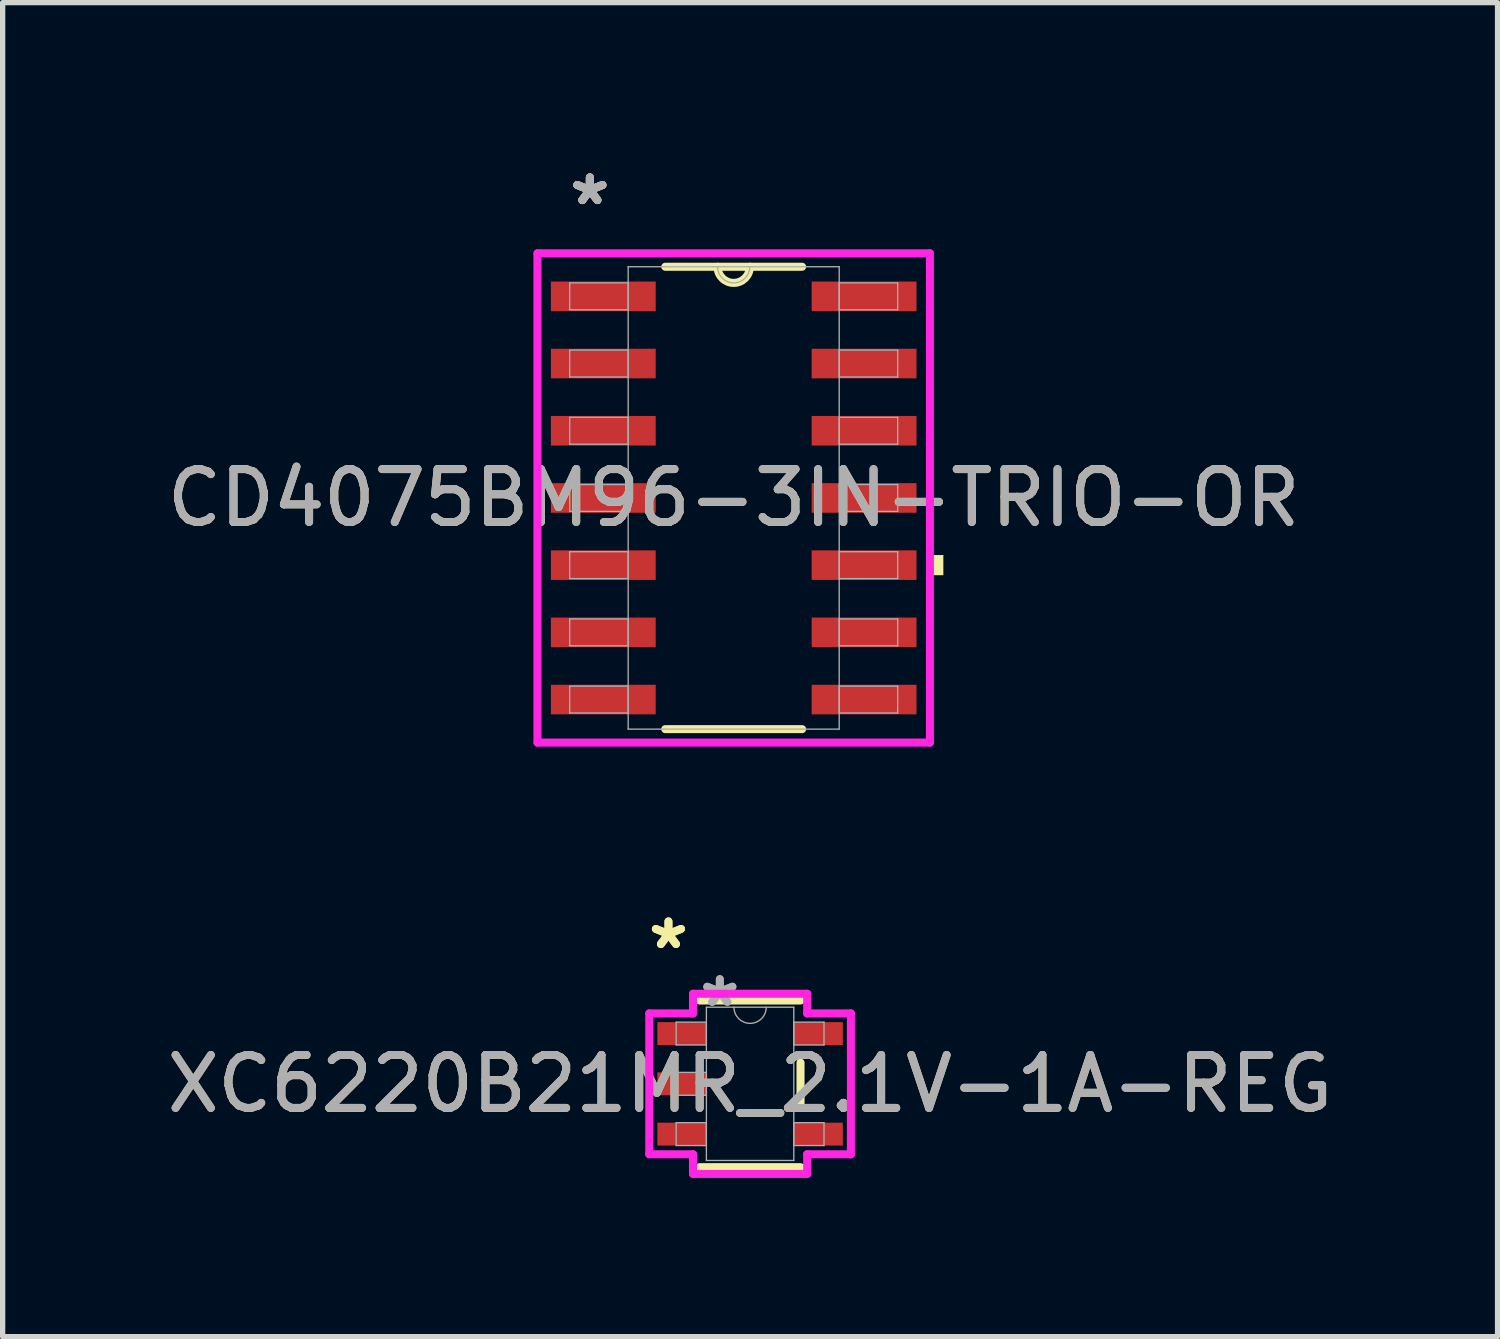
<source format=kicad_pcb>
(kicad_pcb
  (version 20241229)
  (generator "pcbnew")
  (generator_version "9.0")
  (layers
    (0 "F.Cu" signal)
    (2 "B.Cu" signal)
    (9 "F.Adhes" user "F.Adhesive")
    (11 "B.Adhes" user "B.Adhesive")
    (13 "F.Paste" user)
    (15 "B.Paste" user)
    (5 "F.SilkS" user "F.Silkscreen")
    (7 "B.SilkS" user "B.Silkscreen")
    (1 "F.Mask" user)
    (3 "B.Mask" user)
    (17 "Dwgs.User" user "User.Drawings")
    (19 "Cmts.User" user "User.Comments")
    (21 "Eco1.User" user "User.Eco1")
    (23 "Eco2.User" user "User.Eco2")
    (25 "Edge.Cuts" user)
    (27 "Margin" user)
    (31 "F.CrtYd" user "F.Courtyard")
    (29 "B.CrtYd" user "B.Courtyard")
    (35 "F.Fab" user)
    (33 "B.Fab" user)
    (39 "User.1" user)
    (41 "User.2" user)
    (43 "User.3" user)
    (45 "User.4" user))
  (footprint "XC6220B21MR_2.1V-1A-REG"
    (layer "F.Cu")
    (at 11.125 17.432)
    (property "Reference" "XC6220B21MR_2.1V-1A-REG" (at 0 0 0) (unlocked yes) (layer "F.SilkS") (effects (font (size 1 1) (thickness 0.15))))
    (attr smd)
    (fp_line (start -0.953 1.575) (end 0.953 1.575) (stroke (width 0.152) (type solid)) (layer "F.SilkS"))
    (fp_line (start 0.953 -1.575) (end -0.953 -1.575) (stroke (width 0.152) (type solid)) (layer "F.SilkS"))
    (fp_line (start 0.953 0.401) (end 0.953 -0.401) (stroke (width 0.152) (type solid)) (layer "F.SilkS"))
    (fp_line (start -1.905 -1.331) (end -1.079 -1.331) (stroke (width 0.152) (type solid)) (layer "F.CrtYd"))
    (fp_line (start -1.905 1.331) (end -1.905 -1.331) (stroke (width 0.152) (type solid)) (layer "F.CrtYd"))
    (fp_line (start -1.079 -1.702) (end 1.079 -1.702) (stroke (width 0.152) (type solid)) (layer "F.CrtYd"))
    (fp_line (start -1.079 -1.331) (end -1.079 -1.702) (stroke (width 0.152) (type solid)) (layer "F.CrtYd"))
    (fp_line (start -1.079 1.331) (end -1.905 1.331) (stroke (width 0.152) (type solid)) (layer "F.CrtYd"))
    (fp_line (start -1.079 1.702) (end -1.079 1.331) (stroke (width 0.152) (type solid)) (layer "F.CrtYd"))
    (fp_line (start 1.079 -1.702) (end 1.079 -1.331) (stroke (width 0.152) (type solid)) (layer "F.CrtYd"))
    (fp_line (start 1.079 -1.331) (end 1.905 -1.331) (stroke (width 0.152) (type solid)) (layer "F.CrtYd"))
    (fp_line (start 1.079 1.331) (end 1.079 1.702) (stroke (width 0.152) (type solid)) (layer "F.CrtYd"))
    (fp_line (start 1.079 1.702) (end -1.079 1.702) (stroke (width 0.152) (type solid)) (layer "F.CrtYd"))
    (fp_line (start 1.905 -1.331) (end 1.905 1.331) (stroke (width 0.152) (type solid)) (layer "F.CrtYd"))
    (fp_line (start 1.905 1.331) (end 1.079 1.331) (stroke (width 0.152) (type solid)) (layer "F.CrtYd"))
    (fp_line (start -1.397 -1.166) (end -1.397 -0.734) (stroke (width 0.025) (type solid)) (layer "F.Fab"))
    (fp_line (start -1.397 -0.734) (end -0.826 -0.734) (stroke (width 0.025) (type solid)) (layer "F.Fab"))
    (fp_line (start -1.397 -0.216) (end -1.397 0.216) (stroke (width 0.025) (type solid)) (layer "F.Fab"))
    (fp_line (start -1.397 0.216) (end -0.826 0.216) (stroke (width 0.025) (type solid)) (layer "F.Fab"))
    (fp_line (start -1.397 0.734) (end -1.397 1.166) (stroke (width 0.025) (type solid)) (layer "F.Fab"))
    (fp_line (start -1.397 1.166) (end -0.826 1.166) (stroke (width 0.025) (type solid)) (layer "F.Fab"))
    (fp_line (start -0.826 -1.448) (end -0.826 1.448) (stroke (width 0.025) (type solid)) (layer "F.Fab"))
    (fp_line (start -0.826 -1.166) (end -1.397 -1.166) (stroke (width 0.025) (type solid)) (layer "F.Fab"))
    (fp_line (start -0.826 -0.734) (end -0.826 -1.166) (stroke (width 0.025) (type solid)) (layer "F.Fab"))
    (fp_line (start -0.826 -0.216) (end -1.397 -0.216) (stroke (width 0.025) (type solid)) (layer "F.Fab"))
    (fp_line (start -0.826 0.216) (end -0.826 -0.216) (stroke (width 0.025) (type solid)) (layer "F.Fab"))
    (fp_line (start -0.826 0.734) (end -1.397 0.734) (stroke (width 0.025) (type solid)) (layer "F.Fab"))
    (fp_line (start -0.826 1.166) (end -0.826 0.734) (stroke (width 0.025) (type solid)) (layer "F.Fab"))
    (fp_line (start -0.826 1.448) (end 0.826 1.448) (stroke (width 0.025) (type solid)) (layer "F.Fab"))
    (fp_line (start 0.826 -1.448) (end -0.826 -1.448) (stroke (width 0.025) (type solid)) (layer "F.Fab"))
    (fp_line (start 0.826 -1.166) (end 0.826 -0.734) (stroke (width 0.025) (type solid)) (layer "F.Fab"))
    (fp_line (start 0.826 -0.734) (end 1.397 -0.734) (stroke (width 0.025) (type solid)) (layer "F.Fab"))
    (fp_line (start 0.826 0.734) (end 0.826 1.166) (stroke (width 0.025) (type solid)) (layer "F.Fab"))
    (fp_line (start 0.826 1.166) (end 1.397 1.166) (stroke (width 0.025) (type solid)) (layer "F.Fab"))
    (fp_line (start 0.826 1.448) (end 0.826 -1.448) (stroke (width 0.025) (type solid)) (layer "F.Fab"))
    (fp_line (start 1.397 -1.166) (end 0.826 -1.166) (stroke (width 0.025) (type solid)) (layer "F.Fab"))
    (fp_line (start 1.397 -0.734) (end 1.397 -1.166) (stroke (width 0.025) (type solid)) (layer "F.Fab"))
    (fp_line (start 1.397 0.734) (end 0.826 0.734) (stroke (width 0.025) (type solid)) (layer "F.Fab"))
    (fp_line (start 1.397 1.166) (end 1.397 0.734) (stroke (width 0.025) (type solid)) (layer "F.Fab"))
    (fp_arc (start 0.3048 -1.4478) (mid 0 -1.143) (end -0.3048 -1.4478) (stroke (width 0.0254) (type solid)) (layer "F.Fab"))
    (fp_text user "*" (at -1.543 -2.525 0) (layer "F.SilkS") (effects (font (size 1 1) (thickness 0.15))))
    (fp_text user "*" (at -1.543 -2.525 0) (unlocked yes) (layer "F.SilkS") (effects (font (size 1 1) (thickness 0.15))))
    (fp_text user "*" (at -0.572 -1.433 0) (unlocked yes) (layer "F.Fab") (effects (font (size 1 1) (thickness 0.15))))
    (fp_text user "${REFERENCE}" (at 0 0 0) (unlocked yes) (layer "F.Fab") (effects (font (size 1 1) (thickness 0.15))))
    (fp_text user "*" (at -0.572 -1.433 0) (layer "F.Fab") (effects (font (size 1 1) (thickness 0.15))))
    (pad "1" smd rect (at -1.289 -0.95) (size 0.927 0.432) (layers "F.Cu" "F.Mask" "F.Paste"))
    (pad "2" smd rect (at -1.289 0) (size 0.927 0.432) (layers "F.Cu" "F.Mask" "F.Paste"))
    (pad "3" smd rect (at -1.289 0.95) (size 0.927 0.432) (layers "F.Cu" "F.Mask" "F.Paste"))
    (pad "4" smd rect (at 1.289 0.95) (size 0.927 0.432) (layers "F.Cu" "F.Mask" "F.Paste"))
    (pad "5" smd rect (at 1.289 -0.95) (size 0.927 0.432) (layers "F.Cu" "F.Mask" "F.Paste")))
  (footprint "CD4075BM96-3IN-TRIO-OR"
    (layer "F.Cu")
    (at 10.815 6.36)
    (property "Reference" "CD4075BM96-3IN-TRIO-OR" (at 0 0 0) (unlocked yes) (layer "F.SilkS") (effects (font (size 1 1) (thickness 0.15))))
    (attr smd)
    (fp_line (start -1.293 4.369) (end 1.293 4.369) (stroke (width 0.152) (type solid)) (layer "F.SilkS"))
    (fp_line (start 1.293 -4.369) (end -1.293 -4.369) (stroke (width 0.152) (type solid)) (layer "F.SilkS"))
    (fp_arc (start 0.3048 -4.3688) (mid 0 -4.064) (end -0.3048 -4.3688) (stroke (width 0.1524) (type solid)) (layer "F.SilkS"))
    (fp_poly (pts (xy 3.962 1.079) (xy 3.962 1.46) (xy 3.708 1.46) (xy 3.708 1.079)) (stroke (width 0) (type solid)) (fill yes) (layer "F.SilkS"))
    (fp_line (start -3.708 -4.623) (end 3.708 -4.623) (stroke (width 0.152) (type solid)) (layer "F.CrtYd"))
    (fp_line (start -3.708 4.623) (end -3.708 -4.623) (stroke (width 0.152) (type solid)) (layer "F.CrtYd"))
    (fp_line (start 3.708 -4.623) (end 3.708 4.623) (stroke (width 0.152) (type solid)) (layer "F.CrtYd"))
    (fp_line (start 3.708 4.623) (end -3.708 4.623) (stroke (width 0.152) (type solid)) (layer "F.CrtYd"))
    (fp_line (start -3.099 -4.064) (end -3.099 -3.556) (stroke (width 0.025) (type solid)) (layer "F.Fab"))
    (fp_line (start -3.099 -3.556) (end -1.994 -3.556) (stroke (width 0.025) (type solid)) (layer "F.Fab"))
    (fp_line (start -3.099 -2.794) (end -3.099 -2.286) (stroke (width 0.025) (type solid)) (layer "F.Fab"))
    (fp_line (start -3.099 -2.286) (end -1.994 -2.286) (stroke (width 0.025) (type solid)) (layer "F.Fab"))
    (fp_line (start -3.099 -1.524) (end -3.099 -1.016) (stroke (width 0.025) (type solid)) (layer "F.Fab"))
    (fp_line (start -3.099 -1.016) (end -1.994 -1.016) (stroke (width 0.025) (type solid)) (layer "F.Fab"))
    (fp_line (start -3.099 -0.254) (end -3.099 0.254) (stroke (width 0.025) (type solid)) (layer "F.Fab"))
    (fp_line (start -3.099 0.254) (end -1.994 0.254) (stroke (width 0.025) (type solid)) (layer "F.Fab"))
    (fp_line (start -3.099 1.016) (end -3.099 1.524) (stroke (width 0.025) (type solid)) (layer "F.Fab"))
    (fp_line (start -3.099 1.524) (end -1.994 1.524) (stroke (width 0.025) (type solid)) (layer "F.Fab"))
    (fp_line (start -3.099 2.286) (end -3.099 2.794) (stroke (width 0.025) (type solid)) (layer "F.Fab"))
    (fp_line (start -3.099 2.794) (end -1.994 2.794) (stroke (width 0.025) (type solid)) (layer "F.Fab"))
    (fp_line (start -3.099 3.556) (end -3.099 4.064) (stroke (width 0.025) (type solid)) (layer "F.Fab"))
    (fp_line (start -3.099 4.064) (end -1.994 4.064) (stroke (width 0.025) (type solid)) (layer "F.Fab"))
    (fp_line (start -1.994 -4.369) (end -1.994 4.369) (stroke (width 0.025) (type solid)) (layer "F.Fab"))
    (fp_line (start -1.994 -4.064) (end -3.099 -4.064) (stroke (width 0.025) (type solid)) (layer "F.Fab"))
    (fp_line (start -1.994 -3.556) (end -1.994 -4.064) (stroke (width 0.025) (type solid)) (layer "F.Fab"))
    (fp_line (start -1.994 -2.794) (end -3.099 -2.794) (stroke (width 0.025) (type solid)) (layer "F.Fab"))
    (fp_line (start -1.994 -2.286) (end -1.994 -2.794) (stroke (width 0.025) (type solid)) (layer "F.Fab"))
    (fp_line (start -1.994 -1.524) (end -3.099 -1.524) (stroke (width 0.025) (type solid)) (layer "F.Fab"))
    (fp_line (start -1.994 -1.016) (end -1.994 -1.524) (stroke (width 0.025) (type solid)) (layer "F.Fab"))
    (fp_line (start -1.994 -0.254) (end -3.099 -0.254) (stroke (width 0.025) (type solid)) (layer "F.Fab"))
    (fp_line (start -1.994 0.254) (end -1.994 -0.254) (stroke (width 0.025) (type solid)) (layer "F.Fab"))
    (fp_line (start -1.994 1.016) (end -3.099 1.016) (stroke (width 0.025) (type solid)) (layer "F.Fab"))
    (fp_line (start -1.994 1.524) (end -1.994 1.016) (stroke (width 0.025) (type solid)) (layer "F.Fab"))
    (fp_line (start -1.994 2.286) (end -3.099 2.286) (stroke (width 0.025) (type solid)) (layer "F.Fab"))
    (fp_line (start -1.994 2.794) (end -1.994 2.286) (stroke (width 0.025) (type solid)) (layer "F.Fab"))
    (fp_line (start -1.994 3.556) (end -3.099 3.556) (stroke (width 0.025) (type solid)) (layer "F.Fab"))
    (fp_line (start -1.994 4.064) (end -1.994 3.556) (stroke (width 0.025) (type solid)) (layer "F.Fab"))
    (fp_line (start -1.994 4.369) (end 1.994 4.369) (stroke (width 0.025) (type solid)) (layer "F.Fab"))
    (fp_line (start 1.994 -4.369) (end -1.994 -4.369) (stroke (width 0.025) (type solid)) (layer "F.Fab"))
    (fp_line (start 1.994 -4.064) (end 1.994 -3.556) (stroke (width 0.025) (type solid)) (layer "F.Fab"))
    (fp_line (start 1.994 -3.556) (end 3.099 -3.556) (stroke (width 0.025) (type solid)) (layer "F.Fab"))
    (fp_line (start 1.994 -2.794) (end 1.994 -2.286) (stroke (width 0.025) (type solid)) (layer "F.Fab"))
    (fp_line (start 1.994 -2.286) (end 3.099 -2.286) (stroke (width 0.025) (type solid)) (layer "F.Fab"))
    (fp_line (start 1.994 -1.524) (end 1.994 -1.016) (stroke (width 0.025) (type solid)) (layer "F.Fab"))
    (fp_line (start 1.994 -1.016) (end 3.099 -1.016) (stroke (width 0.025) (type solid)) (layer "F.Fab"))
    (fp_line (start 1.994 -0.254) (end 1.994 0.254) (stroke (width 0.025) (type solid)) (layer "F.Fab"))
    (fp_line (start 1.994 0.254) (end 3.099 0.254) (stroke (width 0.025) (type solid)) (layer "F.Fab"))
    (fp_line (start 1.994 1.016) (end 1.994 1.524) (stroke (width 0.025) (type solid)) (layer "F.Fab"))
    (fp_line (start 1.994 1.524) (end 3.099 1.524) (stroke (width 0.025) (type solid)) (layer "F.Fab"))
    (fp_line (start 1.994 2.286) (end 1.994 2.794) (stroke (width 0.025) (type solid)) (layer "F.Fab"))
    (fp_line (start 1.994 2.794) (end 3.099 2.794) (stroke (width 0.025) (type solid)) (layer "F.Fab"))
    (fp_line (start 1.994 3.556) (end 1.994 4.064) (stroke (width 0.025) (type solid)) (layer "F.Fab"))
    (fp_line (start 1.994 4.064) (end 3.099 4.064) (stroke (width 0.025) (type solid)) (layer "F.Fab"))
    (fp_line (start 1.994 4.369) (end 1.994 -4.369) (stroke (width 0.025) (type solid)) (layer "F.Fab"))
    (fp_line (start 3.099 -4.064) (end 1.994 -4.064) (stroke (width 0.025) (type solid)) (layer "F.Fab"))
    (fp_line (start 3.099 -3.556) (end 3.099 -4.064) (stroke (width 0.025) (type solid)) (layer "F.Fab"))
    (fp_line (start 3.099 -2.794) (end 1.994 -2.794) (stroke (width 0.025) (type solid)) (layer "F.Fab"))
    (fp_line (start 3.099 -2.286) (end 3.099 -2.794) (stroke (width 0.025) (type solid)) (layer "F.Fab"))
    (fp_line (start 3.099 -1.524) (end 1.994 -1.524) (stroke (width 0.025) (type solid)) (layer "F.Fab"))
    (fp_line (start 3.099 -1.016) (end 3.099 -1.524) (stroke (width 0.025) (type solid)) (layer "F.Fab"))
    (fp_line (start 3.099 -0.254) (end 1.994 -0.254) (stroke (width 0.025) (type solid)) (layer "F.Fab"))
    (fp_line (start 3.099 0.254) (end 3.099 -0.254) (stroke (width 0.025) (type solid)) (layer "F.Fab"))
    (fp_line (start 3.099 1.016) (end 1.994 1.016) (stroke (width 0.025) (type solid)) (layer "F.Fab"))
    (fp_line (start 3.099 1.524) (end 3.099 1.016) (stroke (width 0.025) (type solid)) (layer "F.Fab"))
    (fp_line (start 3.099 2.286) (end 1.994 2.286) (stroke (width 0.025) (type solid)) (layer "F.Fab"))
    (fp_line (start 3.099 2.794) (end 3.099 2.286) (stroke (width 0.025) (type solid)) (layer "F.Fab"))
    (fp_line (start 3.099 3.556) (end 1.994 3.556) (stroke (width 0.025) (type solid)) (layer "F.Fab"))
    (fp_line (start 3.099 4.064) (end 3.099 3.556) (stroke (width 0.025) (type solid)) (layer "F.Fab"))
    (fp_arc (start 0.3048 -4.3688) (mid 0 -4.064) (end -0.3048 -4.3688) (stroke (width 0.0254) (type solid)) (layer "F.Fab"))
    (fp_text user "*" (at -2.718 -5.512 0) (unlocked yes) (layer "F.SilkS") (effects (font (size 1 1) (thickness 0.15))))
    (fp_text user "*" (at -2.718 -5.512 0) (layer "F.SilkS") (effects (font (size 1 1) (thickness 0.15))))
    (fp_text user "*" (at -2.718 -5.512 0) (unlocked yes) (layer "F.Fab") (effects (font (size 1 1) (thickness 0.15))))
    (fp_text user "*" (at -2.718 -5.512 0) (layer "F.Fab") (effects (font (size 1 1) (thickness 0.15))))
    (fp_text user "${REFERENCE}" (at 0 0 0) (unlocked yes) (layer "F.Fab") (effects (font (size 1 1) (thickness 0.15))))
    (pad "1" smd rect (at -2.464 -3.81) (size 1.981 0.559) (layers "F.Cu" "F.Mask" "F.Paste"))
    (pad "2" smd rect (at -2.464 -2.54) (size 1.981 0.559) (layers "F.Cu" "F.Mask" "F.Paste"))
    (pad "3" smd rect (at -2.464 -1.27) (size 1.981 0.559) (layers "F.Cu" "F.Mask" "F.Paste"))
    (pad "4" smd rect (at -2.464 0) (size 1.981 0.559) (layers "F.Cu" "F.Mask" "F.Paste"))
    (pad "5" smd rect (at -2.464 1.27) (size 1.981 0.559) (layers "F.Cu" "F.Mask" "F.Paste"))
    (pad "6" smd rect (at -2.464 2.54) (size 1.981 0.559) (layers "F.Cu" "F.Mask" "F.Paste"))
    (pad "7" smd rect (at -2.464 3.81) (size 1.981 0.559) (layers "F.Cu" "F.Mask" "F.Paste"))
    (pad "8" smd rect (at 2.464 3.81) (size 1.981 0.559) (layers "F.Cu" "F.Mask" "F.Paste"))
    (pad "9" smd rect (at 2.464 2.54) (size 1.981 0.559) (layers "F.Cu" "F.Mask" "F.Paste"))
    (pad "10" smd rect (at 2.464 1.27) (size 1.981 0.559) (layers "F.Cu" "F.Mask" "F.Paste"))
    (pad "11" smd rect (at 2.464 0) (size 1.981 0.559) (layers "F.Cu" "F.Mask" "F.Paste"))
    (pad "12" smd rect (at 2.464 -1.27) (size 1.981 0.559) (layers "F.Cu" "F.Mask" "F.Paste"))
    (pad "13" smd rect (at 2.464 -2.54) (size 1.981 0.559) (layers "F.Cu" "F.Mask" "F.Paste"))
    (pad "14" smd rect (at 2.464 -3.81) (size 1.981 0.559) (layers "F.Cu" "F.Mask" "F.Paste")))
  (gr_rect
    (start -3 -3)
    (end 25.25 22.21)
    (stroke (width 0.1) (type default))
    (fill no)
    (layer "Edge.Cuts")))
</source>
